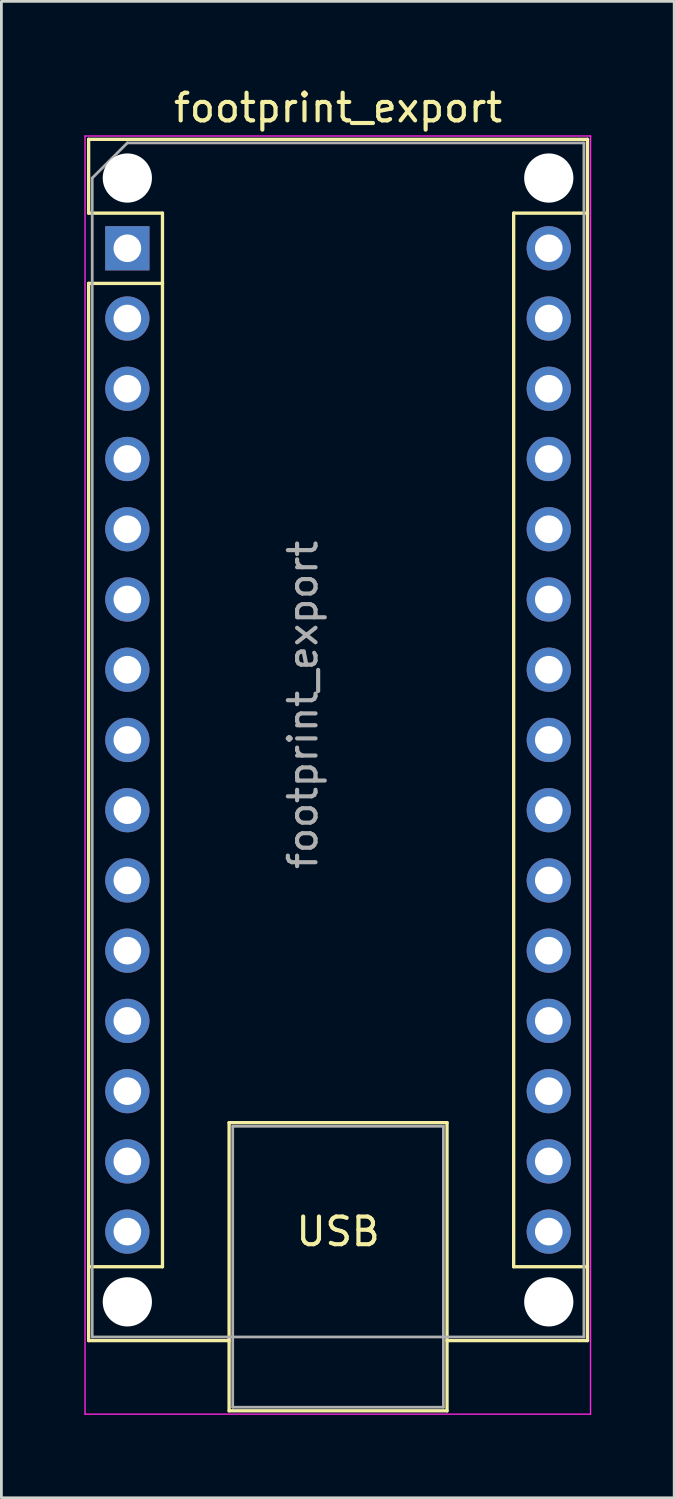
<source format=kicad_pcb>
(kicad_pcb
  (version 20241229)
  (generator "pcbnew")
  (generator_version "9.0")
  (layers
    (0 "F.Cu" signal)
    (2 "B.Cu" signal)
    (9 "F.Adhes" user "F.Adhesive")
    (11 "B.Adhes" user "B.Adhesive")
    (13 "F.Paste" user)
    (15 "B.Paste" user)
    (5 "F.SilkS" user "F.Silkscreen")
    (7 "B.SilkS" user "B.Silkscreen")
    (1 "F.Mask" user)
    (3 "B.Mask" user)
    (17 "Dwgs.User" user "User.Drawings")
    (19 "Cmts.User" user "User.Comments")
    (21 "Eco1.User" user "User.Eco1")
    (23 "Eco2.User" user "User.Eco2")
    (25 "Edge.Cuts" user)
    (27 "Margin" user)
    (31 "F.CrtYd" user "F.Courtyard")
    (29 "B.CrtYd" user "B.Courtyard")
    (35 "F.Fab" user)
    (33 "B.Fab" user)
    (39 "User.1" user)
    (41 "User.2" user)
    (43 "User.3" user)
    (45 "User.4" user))
  (footprint "footprint_export"
    (layer "F.Cu")
    (at 1.555 5.928)
    (property "Reference" "footprint_export" (at 7.62 -5.08 0) (layer "F.SilkS") (effects (font (size 1 1) (thickness 0.15))))
    (attr through_hole)
    (fp_line (start -1.4 -3.94) (end -1.4 -1.27) (stroke (width 0.12) (type solid)) (layer "F.SilkS"))
    (fp_line (start -1.4 1.27) (end -1.4 39.5) (stroke (width 0.12) (type solid)) (layer "F.SilkS"))
    (fp_line (start -1.4 39.5) (end 3.68 39.5) (stroke (width 0.12) (type solid)) (layer "F.SilkS"))
    (fp_line (start 1.27 -1.27) (end -1.4 -1.27) (stroke (width 0.12) (type solid)) (layer "F.SilkS"))
    (fp_line (start 1.27 1.27) (end -1.4 1.27) (stroke (width 0.12) (type solid)) (layer "F.SilkS"))
    (fp_line (start 1.27 1.27) (end 1.27 -1.27) (stroke (width 0.12) (type solid)) (layer "F.SilkS"))
    (fp_line (start 1.27 1.27) (end 1.27 36.83) (stroke (width 0.12) (type solid)) (layer "F.SilkS"))
    (fp_line (start 1.27 36.83) (end -1.4 36.83) (stroke (width 0.12) (type solid)) (layer "F.SilkS"))
    (fp_line (start 3.68 31.62) (end 11.56 31.62) (stroke (width 0.12) (type solid)) (layer "F.SilkS"))
    (fp_line (start 3.68 42.04) (end 3.68 31.62) (stroke (width 0.12) (type solid)) (layer "F.SilkS"))
    (fp_line (start 11.56 31.62) (end 11.56 42.04) (stroke (width 0.12) (type solid)) (layer "F.SilkS"))
    (fp_line (start 11.56 42.04) (end 3.68 42.04) (stroke (width 0.12) (type solid)) (layer "F.SilkS"))
    (fp_line (start 13.97 -1.27) (end 13.97 36.83) (stroke (width 0.12) (type solid)) (layer "F.SilkS"))
    (fp_line (start 13.97 -1.27) (end 16.64 -1.27) (stroke (width 0.12) (type solid)) (layer "F.SilkS"))
    (fp_line (start 13.97 36.83) (end 16.64 36.83) (stroke (width 0.12) (type solid)) (layer "F.SilkS"))
    (fp_line (start 16.64 -3.94) (end -1.4 -3.94) (stroke (width 0.12) (type solid)) (layer "F.SilkS"))
    (fp_line (start 16.64 39.5) (end 11.56 39.5) (stroke (width 0.12) (type solid)) (layer "F.SilkS"))
    (fp_line (start 16.64 39.5) (end 16.64 -3.94) (stroke (width 0.12) (type solid)) (layer "F.SilkS"))
    (fp_line (start -1.53 -4.06) (end -1.53 42.16) (stroke (width 0.05) (type solid)) (layer "F.CrtYd"))
    (fp_line (start -1.53 -4.06) (end 16.75 -4.06) (stroke (width 0.05) (type solid)) (layer "F.CrtYd"))
    (fp_line (start 16.75 42.16) (end -1.53 42.16) (stroke (width 0.05) (type solid)) (layer "F.CrtYd"))
    (fp_line (start 16.75 42.16) (end 16.75 -4.06) (stroke (width 0.05) (type solid)) (layer "F.CrtYd"))
    (fp_line (start -1.27 -2.54) (end 0 -3.81) (stroke (width 0.1) (type solid)) (layer "F.Fab"))
    (fp_line (start -1.27 39.37) (end -1.27 -2.54) (stroke (width 0.1) (type solid)) (layer "F.Fab"))
    (fp_line (start 0 -3.81) (end 16.51 -3.81) (stroke (width 0.1) (type solid)) (layer "F.Fab"))
    (fp_line (start 3.81 31.75) (end 11.43 31.75) (stroke (width 0.1) (type solid)) (layer "F.Fab"))
    (fp_line (start 3.81 41.91) (end 3.81 31.75) (stroke (width 0.1) (type solid)) (layer "F.Fab"))
    (fp_line (start 11.43 31.75) (end 11.43 41.91) (stroke (width 0.1) (type solid)) (layer "F.Fab"))
    (fp_line (start 11.43 41.91) (end 3.81 41.91) (stroke (width 0.1) (type solid)) (layer "F.Fab"))
    (fp_line (start 16.51 -3.81) (end 16.51 39.37) (stroke (width 0.1) (type solid)) (layer "F.Fab"))
    (fp_line (start 16.51 39.37) (end -1.27 39.37) (stroke (width 0.1) (type solid)) (layer "F.Fab"))
    (fp_text user "USB" (at 7.62 35.56 0) (unlocked yes) (layer "F.SilkS") (effects (font (size 1 1) (thickness 0.15))))
    (fp_text user "${REFERENCE}" (at 6.35 16.51 90) (layer "F.Fab") (effects (font (size 1 1) (thickness 0.15))))
    (pad "" np_thru_hole circle (at 0 -2.54) (size 1.78 1.78) (drill 1.78) (layers "*.Cu" "*.Mask"))
    (pad "" np_thru_hole circle (at 0 38.1) (size 1.78 1.78) (drill 1.78) (layers "*.Cu" "*.Mask"))
    (pad "" np_thru_hole circle (at 15.24 -2.54) (size 1.78 1.78) (drill 1.78) (layers "*.Cu" "*.Mask"))
    (pad "" np_thru_hole circle (at 15.24 38.1) (size 1.78 1.78) (drill 1.78) (layers "*.Cu" "*.Mask"))
    (pad "1" thru_hole rect (at 0 0) (size 1.6 1.6) (drill 1) (layers "*.Cu" "*.Mask"))
    (pad "2" thru_hole oval (at 0 2.54) (size 1.6 1.6) (drill 1) (layers "*.Cu" "*.Mask"))
    (pad "3" thru_hole oval (at 0 5.08) (size 1.6 1.6) (drill 1) (layers "*.Cu" "*.Mask"))
    (pad "4" thru_hole oval (at 0 7.62) (size 1.6 1.6) (drill 1) (layers "*.Cu" "*.Mask"))
    (pad "5" thru_hole oval (at 0 10.16) (size 1.6 1.6) (drill 1) (layers "*.Cu" "*.Mask"))
    (pad "6" thru_hole oval (at 0 12.7) (size 1.6 1.6) (drill 1) (layers "*.Cu" "*.Mask"))
    (pad "7" thru_hole oval (at 0 15.24) (size 1.6 1.6) (drill 1) (layers "*.Cu" "*.Mask"))
    (pad "8" thru_hole oval (at 0 17.78) (size 1.6 1.6) (drill 1) (layers "*.Cu" "*.Mask"))
    (pad "9" thru_hole oval (at 0 20.32) (size 1.6 1.6) (drill 1) (layers "*.Cu" "*.Mask"))
    (pad "10" thru_hole oval (at 0 22.86) (size 1.6 1.6) (drill 1) (layers "*.Cu" "*.Mask"))
    (pad "11" thru_hole oval (at 0 25.4) (size 1.6 1.6) (drill 1) (layers "*.Cu" "*.Mask"))
    (pad "12" thru_hole oval (at 0 27.94) (size 1.6 1.6) (drill 1) (layers "*.Cu" "*.Mask"))
    (pad "13" thru_hole oval (at 0 30.48) (size 1.6 1.6) (drill 1) (layers "*.Cu" "*.Mask"))
    (pad "14" thru_hole oval (at 0 33.02) (size 1.6 1.6) (drill 1) (layers "*.Cu" "*.Mask"))
    (pad "15" thru_hole oval (at 0 35.56) (size 1.6 1.6) (drill 1) (layers "*.Cu" "*.Mask"))
    (pad "16" thru_hole oval (at 15.24 35.56) (size 1.6 1.6) (drill 1) (layers "*.Cu" "*.Mask"))
    (pad "17" thru_hole oval (at 15.24 33.02) (size 1.6 1.6) (drill 1) (layers "*.Cu" "*.Mask"))
    (pad "18" thru_hole oval (at 15.24 30.48) (size 1.6 1.6) (drill 1) (layers "*.Cu" "*.Mask"))
    (pad "19" thru_hole oval (at 15.24 27.94) (size 1.6 1.6) (drill 1) (layers "*.Cu" "*.Mask"))
    (pad "20" thru_hole oval (at 15.24 25.4) (size 1.6 1.6) (drill 1) (layers "*.Cu" "*.Mask"))
    (pad "21" thru_hole oval (at 15.24 22.86) (size 1.6 1.6) (drill 1) (layers "*.Cu" "*.Mask"))
    (pad "22" thru_hole oval (at 15.24 20.32) (size 1.6 1.6) (drill 1) (layers "*.Cu" "*.Mask"))
    (pad "23" thru_hole oval (at 15.24 17.78) (size 1.6 1.6) (drill 1) (layers "*.Cu" "*.Mask"))
    (pad "24" thru_hole oval (at 15.24 15.24) (size 1.6 1.6) (drill 1) (layers "*.Cu" "*.Mask"))
    (pad "25" thru_hole oval (at 15.24 12.7) (size 1.6 1.6) (drill 1) (layers "*.Cu" "*.Mask"))
    (pad "26" thru_hole oval (at 15.24 10.16) (size 1.6 1.6) (drill 1) (layers "*.Cu" "*.Mask"))
    (pad "27" thru_hole oval (at 15.24 7.62) (size 1.6 1.6) (drill 1) (layers "*.Cu" "*.Mask"))
    (pad "28" thru_hole oval (at 15.24 5.08) (size 1.6 1.6) (drill 1) (layers "*.Cu" "*.Mask"))
    (pad "29" thru_hole oval (at 15.24 2.54) (size 1.6 1.6) (drill 1) (layers "*.Cu" "*.Mask"))
    (pad "30" thru_hole oval (at 15.24 0) (size 1.6 1.6) (drill 1) (layers "*.Cu" "*.Mask")))
  (gr_rect
    (start -3 -3)
    (end 21.33 51.113)
    (stroke (width 0.1) (type default))
    (fill no)
    (layer "Edge.Cuts")))
</source>
